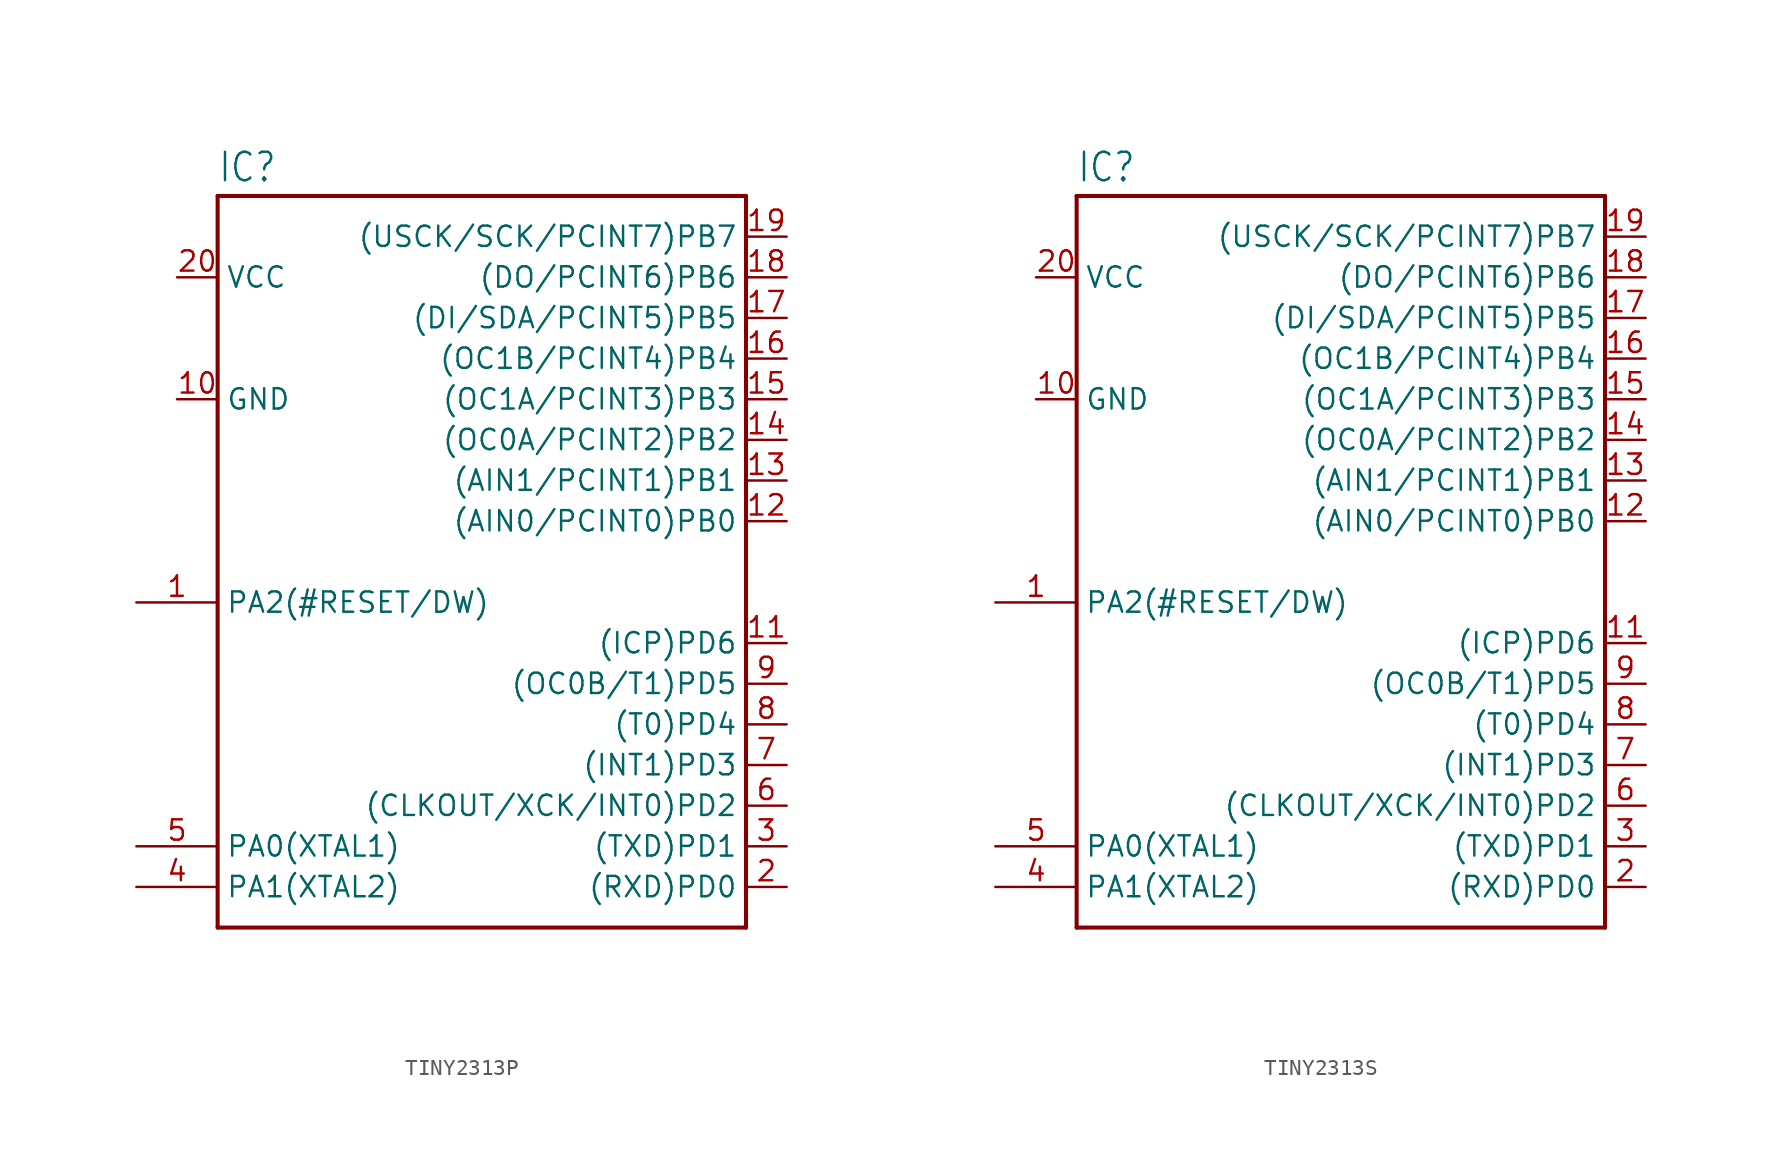
<source format=kicad_sym>
(kicad_symbol_lib
  (version 20220914)
  (generator kicad_symbol_editor)
  (symbol "TINY2313P"
    (property "Reference" "IC"
      (at -17.78 23.622 0)
      (effects (font (size 1.778 1.511)) (justify left bottom)))
    (property "Value" ""
      (at -17.78 -25.4 0)
      (effects (font (size 1.778 1.511)) (justify left bottom)))
    (property "ki_locked" ""
      (at 0 0 0)
      (effects (font (size 1.27 1.27))))
    (symbol "TINY2313P_1_0"
      (polyline (pts (xy -17.78 -22.86) (xy -17.78 22.86)) (stroke (width 0.254) (type solid)) (fill (type none)))
      (polyline (pts (xy -17.78 22.86) (xy 15.24 22.86)) (stroke (width 0.254) (type solid)) (fill (type none)))
      (polyline (pts (xy 15.24 -22.86) (xy -17.78 -22.86)) (stroke (width 0.254) (type solid)) (fill (type none)))
      (polyline (pts (xy 15.24 22.86) (xy 15.24 -22.86)) (stroke (width 0.254) (type solid)) (fill (type none)))
      (pin bidirectional line (at -22.86 -2.54 0) (length 5.08) (name "PA2(#RESET/DW)" (effects (font (size 1.27 1.27)))) (number "1" (effects (font (size 1.27 1.27)))))
      (pin power_in line (at -20.32 10.16 0) (length 2.54) (name "GND" (effects (font (size 1.27 1.27)))) (number "10" (effects (font (size 1.27 1.27)))))
      (pin bidirectional line (at 17.78 -5.08 180) (length 2.54) (name "(ICP)PD6" (effects (font (size 1.27 1.27)))) (number "11" (effects (font (size 1.27 1.27)))))
      (pin bidirectional line (at 17.78 2.54 180) (length 2.54) (name "(AIN0/PCINT0)PB0" (effects (font (size 1.27 1.27)))) (number "12" (effects (font (size 1.27 1.27)))))
      (pin bidirectional line (at 17.78 5.08 180) (length 2.54) (name "(AIN1/PCINT1)PB1" (effects (font (size 1.27 1.27)))) (number "13" (effects (font (size 1.27 1.27)))))
      (pin bidirectional line (at 17.78 7.62 180) (length 2.54) (name "(OC0A/PCINT2)PB2" (effects (font (size 1.27 1.27)))) (number "14" (effects (font (size 1.27 1.27)))))
      (pin bidirectional line (at 17.78 10.16 180) (length 2.54) (name "(OC1A/PCINT3)PB3" (effects (font (size 1.27 1.27)))) (number "15" (effects (font (size 1.27 1.27)))))
      (pin bidirectional line (at 17.78 12.7 180) (length 2.54) (name "(OC1B/PCINT4)PB4" (effects (font (size 1.27 1.27)))) (number "16" (effects (font (size 1.27 1.27)))))
      (pin bidirectional line (at 17.78 15.24 180) (length 2.54) (name "(DI/SDA/PCINT5)PB5" (effects (font (size 1.27 1.27)))) (number "17" (effects (font (size 1.27 1.27)))))
      (pin bidirectional line (at 17.78 17.78 180) (length 2.54) (name "(DO/PCINT6)PB6" (effects (font (size 1.27 1.27)))) (number "18" (effects (font (size 1.27 1.27)))))
      (pin bidirectional line (at 17.78 20.32 180) (length 2.54) (name "(USCK/SCK/PCINT7)PB7" (effects (font (size 1.27 1.27)))) (number "19" (effects (font (size 1.27 1.27)))))
      (pin bidirectional line (at 17.78 -20.32 180) (length 2.54) (name "(RXD)PD0" (effects (font (size 1.27 1.27)))) (number "2" (effects (font (size 1.27 1.27)))))
      (pin power_in line (at -20.32 17.78 0) (length 2.54) (name "VCC" (effects (font (size 1.27 1.27)))) (number "20" (effects (font (size 1.27 1.27)))))
      (pin bidirectional line (at 17.78 -17.78 180) (length 2.54) (name "(TXD)PD1" (effects (font (size 1.27 1.27)))) (number "3" (effects (font (size 1.27 1.27)))))
      (pin bidirectional line (at -22.86 -20.32 0) (length 5.08) (name "PA1(XTAL2)" (effects (font (size 1.27 1.27)))) (number "4" (effects (font (size 1.27 1.27)))))
      (pin bidirectional line (at -22.86 -17.78 0) (length 5.08) (name "PA0(XTAL1)" (effects (font (size 1.27 1.27)))) (number "5" (effects (font (size 1.27 1.27)))))
      (pin bidirectional line (at 17.78 -15.24 180) (length 2.54) (name "(CLKOUT/XCK/INT0)PD2" (effects (font (size 1.27 1.27)))) (number "6" (effects (font (size 1.27 1.27)))))
      (pin bidirectional line (at 17.78 -12.7 180) (length 2.54) (name "(INT1)PD3" (effects (font (size 1.27 1.27)))) (number "7" (effects (font (size 1.27 1.27)))))
      (pin bidirectional line (at 17.78 -10.16 180) (length 2.54) (name "(T0)PD4" (effects (font (size 1.27 1.27)))) (number "8" (effects (font (size 1.27 1.27)))))
      (pin bidirectional line (at 17.78 -7.62 180) (length 2.54) (name "(OC0B/T1)PD5" (effects (font (size 1.27 1.27)))) (number "9" (effects (font (size 1.27 1.27)))))))
  (symbol "TINY2313S"
    (property "Reference" "IC"
      (at -17.78 23.622 0)
      (effects (font (size 1.778 1.511)) (justify left bottom)))
    (property "Value" ""
      (at -17.78 -25.4 0)
      (effects (font (size 1.778 1.511)) (justify left bottom)))
    (property "ki_locked" ""
      (at 0 0 0)
      (effects (font (size 1.27 1.27))))
    (symbol "TINY2313S_1_0"
      (polyline (pts (xy -17.78 -22.86) (xy -17.78 22.86)) (stroke (width 0.254) (type solid)) (fill (type none)))
      (polyline (pts (xy -17.78 22.86) (xy 15.24 22.86)) (stroke (width 0.254) (type solid)) (fill (type none)))
      (polyline (pts (xy 15.24 -22.86) (xy -17.78 -22.86)) (stroke (width 0.254) (type solid)) (fill (type none)))
      (polyline (pts (xy 15.24 22.86) (xy 15.24 -22.86)) (stroke (width 0.254) (type solid)) (fill (type none)))
      (pin bidirectional line (at -22.86 -2.54 0) (length 5.08) (name "PA2(#RESET/DW)" (effects (font (size 1.27 1.27)))) (number "1" (effects (font (size 1.27 1.27)))))
      (pin power_in line (at -20.32 10.16 0) (length 2.54) (name "GND" (effects (font (size 1.27 1.27)))) (number "10" (effects (font (size 1.27 1.27)))))
      (pin bidirectional line (at 17.78 -5.08 180) (length 2.54) (name "(ICP)PD6" (effects (font (size 1.27 1.27)))) (number "11" (effects (font (size 1.27 1.27)))))
      (pin bidirectional line (at 17.78 2.54 180) (length 2.54) (name "(AIN0/PCINT0)PB0" (effects (font (size 1.27 1.27)))) (number "12" (effects (font (size 1.27 1.27)))))
      (pin bidirectional line (at 17.78 5.08 180) (length 2.54) (name "(AIN1/PCINT1)PB1" (effects (font (size 1.27 1.27)))) (number "13" (effects (font (size 1.27 1.27)))))
      (pin bidirectional line (at 17.78 7.62 180) (length 2.54) (name "(OC0A/PCINT2)PB2" (effects (font (size 1.27 1.27)))) (number "14" (effects (font (size 1.27 1.27)))))
      (pin bidirectional line (at 17.78 10.16 180) (length 2.54) (name "(OC1A/PCINT3)PB3" (effects (font (size 1.27 1.27)))) (number "15" (effects (font (size 1.27 1.27)))))
      (pin bidirectional line (at 17.78 12.7 180) (length 2.54) (name "(OC1B/PCINT4)PB4" (effects (font (size 1.27 1.27)))) (number "16" (effects (font (size 1.27 1.27)))))
      (pin bidirectional line (at 17.78 15.24 180) (length 2.54) (name "(DI/SDA/PCINT5)PB5" (effects (font (size 1.27 1.27)))) (number "17" (effects (font (size 1.27 1.27)))))
      (pin bidirectional line (at 17.78 17.78 180) (length 2.54) (name "(DO/PCINT6)PB6" (effects (font (size 1.27 1.27)))) (number "18" (effects (font (size 1.27 1.27)))))
      (pin bidirectional line (at 17.78 20.32 180) (length 2.54) (name "(USCK/SCK/PCINT7)PB7" (effects (font (size 1.27 1.27)))) (number "19" (effects (font (size 1.27 1.27)))))
      (pin bidirectional line (at 17.78 -20.32 180) (length 2.54) (name "(RXD)PD0" (effects (font (size 1.27 1.27)))) (number "2" (effects (font (size 1.27 1.27)))))
      (pin power_in line (at -20.32 17.78 0) (length 2.54) (name "VCC" (effects (font (size 1.27 1.27)))) (number "20" (effects (font (size 1.27 1.27)))))
      (pin bidirectional line (at 17.78 -17.78 180) (length 2.54) (name "(TXD)PD1" (effects (font (size 1.27 1.27)))) (number "3" (effects (font (size 1.27 1.27)))))
      (pin bidirectional line (at -22.86 -20.32 0) (length 5.08) (name "PA1(XTAL2)" (effects (font (size 1.27 1.27)))) (number "4" (effects (font (size 1.27 1.27)))))
      (pin bidirectional line (at -22.86 -17.78 0) (length 5.08) (name "PA0(XTAL1)" (effects (font (size 1.27 1.27)))) (number "5" (effects (font (size 1.27 1.27)))))
      (pin bidirectional line (at 17.78 -15.24 180) (length 2.54) (name "(CLKOUT/XCK/INT0)PD2" (effects (font (size 1.27 1.27)))) (number "6" (effects (font (size 1.27 1.27)))))
      (pin bidirectional line (at 17.78 -12.7 180) (length 2.54) (name "(INT1)PD3" (effects (font (size 1.27 1.27)))) (number "7" (effects (font (size 1.27 1.27)))))
      (pin bidirectional line (at 17.78 -10.16 180) (length 2.54) (name "(T0)PD4" (effects (font (size 1.27 1.27)))) (number "8" (effects (font (size 1.27 1.27)))))
      (pin bidirectional line (at 17.78 -7.62 180) (length 2.54) (name "(OC0B/T1)PD5" (effects (font (size 1.27 1.27)))) (number "9" (effects (font (size 1.27 1.27))))))))
</source>
